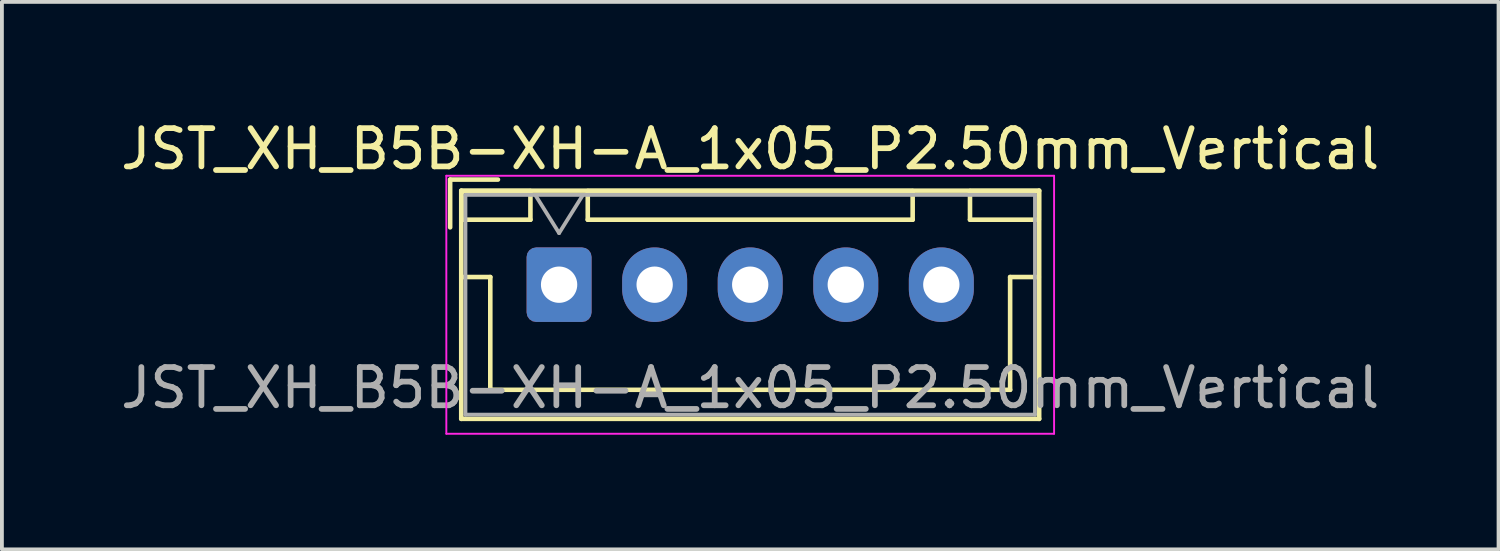
<source format=kicad_pcb>
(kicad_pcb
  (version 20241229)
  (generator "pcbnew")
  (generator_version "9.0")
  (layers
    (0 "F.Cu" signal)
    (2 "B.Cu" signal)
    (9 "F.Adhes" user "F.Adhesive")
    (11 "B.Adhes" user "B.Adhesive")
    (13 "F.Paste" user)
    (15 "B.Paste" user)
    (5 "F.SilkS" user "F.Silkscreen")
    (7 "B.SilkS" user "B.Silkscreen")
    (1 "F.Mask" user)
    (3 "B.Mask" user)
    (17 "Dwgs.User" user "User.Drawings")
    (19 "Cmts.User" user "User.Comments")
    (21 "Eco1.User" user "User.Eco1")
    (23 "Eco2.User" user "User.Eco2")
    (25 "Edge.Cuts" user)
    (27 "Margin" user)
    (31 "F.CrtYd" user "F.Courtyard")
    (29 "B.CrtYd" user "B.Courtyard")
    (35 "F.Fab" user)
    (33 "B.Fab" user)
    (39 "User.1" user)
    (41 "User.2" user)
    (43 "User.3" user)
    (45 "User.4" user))
  (footprint "JST_XH_B5B-XH-A_1x05_P2.50mm_Vertical"
    (layer "F.Cu")
    (at 11.577 4.398)
    (property "Reference" "JST_XH_B5B-XH-A_1x05_P2.50mm_Vertical" (at 5 -3.55 180) (layer "F.SilkS") (effects (font (size 1 1) (thickness 0.15))))
    (attr through_hole)
    (fp_line (start -2.85 -2.75) (end -2.85 -1.5) (stroke (width 0.12) (type solid)) (layer "F.SilkS"))
    (fp_line (start -2.56 -2.46) (end -2.56 3.51) (stroke (width 0.12) (type solid)) (layer "F.SilkS"))
    (fp_line (start -2.56 3.51) (end 12.56 3.51) (stroke (width 0.12) (type solid)) (layer "F.SilkS"))
    (fp_line (start -2.55 -2.45) (end -2.55 -1.7) (stroke (width 0.12) (type solid)) (layer "F.SilkS"))
    (fp_line (start -2.55 -1.7) (end -0.75 -1.7) (stroke (width 0.12) (type solid)) (layer "F.SilkS"))
    (fp_line (start -2.55 -0.2) (end -1.8 -0.2) (stroke (width 0.12) (type solid)) (layer "F.SilkS"))
    (fp_line (start -1.8 -0.2) (end -1.8 2.75) (stroke (width 0.12) (type solid)) (layer "F.SilkS"))
    (fp_line (start -1.8 2.75) (end 5 2.75) (stroke (width 0.12) (type solid)) (layer "F.SilkS"))
    (fp_line (start -1.6 -2.75) (end -2.85 -2.75) (stroke (width 0.12) (type solid)) (layer "F.SilkS"))
    (fp_line (start -0.75 -2.45) (end -2.55 -2.45) (stroke (width 0.12) (type solid)) (layer "F.SilkS"))
    (fp_line (start -0.75 -1.7) (end -0.75 -2.45) (stroke (width 0.12) (type solid)) (layer "F.SilkS"))
    (fp_line (start 0.75 -2.45) (end 0.75 -1.7) (stroke (width 0.12) (type solid)) (layer "F.SilkS"))
    (fp_line (start 0.75 -1.7) (end 9.25 -1.7) (stroke (width 0.12) (type solid)) (layer "F.SilkS"))
    (fp_line (start 9.25 -2.45) (end 0.75 -2.45) (stroke (width 0.12) (type solid)) (layer "F.SilkS"))
    (fp_line (start 9.25 -1.7) (end 9.25 -2.45) (stroke (width 0.12) (type solid)) (layer "F.SilkS"))
    (fp_line (start 10.75 -2.45) (end 10.75 -1.7) (stroke (width 0.12) (type solid)) (layer "F.SilkS"))
    (fp_line (start 10.75 -1.7) (end 12.55 -1.7) (stroke (width 0.12) (type solid)) (layer "F.SilkS"))
    (fp_line (start 11.8 -0.2) (end 11.8 2.75) (stroke (width 0.12) (type solid)) (layer "F.SilkS"))
    (fp_line (start 11.8 2.75) (end 5 2.75) (stroke (width 0.12) (type solid)) (layer "F.SilkS"))
    (fp_line (start 12.55 -2.45) (end 10.75 -2.45) (stroke (width 0.12) (type solid)) (layer "F.SilkS"))
    (fp_line (start 12.55 -1.7) (end 12.55 -2.45) (stroke (width 0.12) (type solid)) (layer "F.SilkS"))
    (fp_line (start 12.55 -0.2) (end 11.8 -0.2) (stroke (width 0.12) (type solid)) (layer "F.SilkS"))
    (fp_line (start 12.56 -2.46) (end -2.56 -2.46) (stroke (width 0.12) (type solid)) (layer "F.SilkS"))
    (fp_line (start 12.56 3.51) (end 12.56 -2.46) (stroke (width 0.12) (type solid)) (layer "F.SilkS"))
    (fp_line (start -2.95 -2.85) (end -2.95 3.9) (stroke (width 0.05) (type solid)) (layer "F.CrtYd"))
    (fp_line (start -2.95 3.9) (end 12.95 3.9) (stroke (width 0.05) (type solid)) (layer "F.CrtYd"))
    (fp_line (start 12.95 -2.85) (end -2.95 -2.85) (stroke (width 0.05) (type solid)) (layer "F.CrtYd"))
    (fp_line (start 12.95 3.9) (end 12.95 -2.85) (stroke (width 0.05) (type solid)) (layer "F.CrtYd"))
    (fp_line (start -2.45 -2.35) (end -2.45 3.4) (stroke (width 0.1) (type solid)) (layer "F.Fab"))
    (fp_line (start -2.45 3.4) (end 12.45 3.4) (stroke (width 0.1) (type solid)) (layer "F.Fab"))
    (fp_line (start -0.625 -2.35) (end 0 -1.35) (stroke (width 0.1) (type solid)) (layer "F.Fab"))
    (fp_line (start 0 -1.35) (end 0.625 -2.35) (stroke (width 0.1) (type solid)) (layer "F.Fab"))
    (fp_line (start 12.45 -2.35) (end -2.45 -2.35) (stroke (width 0.1) (type solid)) (layer "F.Fab"))
    (fp_line (start 12.45 3.4) (end 12.45 -2.35) (stroke (width 0.1) (type solid)) (layer "F.Fab"))
    (fp_text user "${REFERENCE}" (at 5 2.7 180) (layer "F.Fab") (effects (font (size 1 1) (thickness 0.15))))
    (pad "1" thru_hole roundrect (at 0 0) (size 1.7 1.95) (drill 0.95) (layers "*.Cu" "*.Mask") (roundrect_rratio 0.147))
    (pad "2" thru_hole oval (at 2.5 0) (size 1.7 1.95) (drill 0.95) (layers "*.Cu" "*.Mask"))
    (pad "3" thru_hole oval (at 5 0) (size 1.7 1.95) (drill 0.95) (layers "*.Cu" "*.Mask"))
    (pad "4" thru_hole oval (at 7.5 0) (size 1.7 1.95) (drill 0.95) (layers "*.Cu" "*.Mask"))
    (pad "5" thru_hole oval (at 10 0) (size 1.7 1.95) (drill 0.95) (layers "*.Cu" "*.Mask")))
  (gr_rect
    (start -3 -3)
    (end 36.155 11.323)
    (stroke (width 0.1) (type default))
    (fill no)
    (layer "Edge.Cuts")))
</source>
